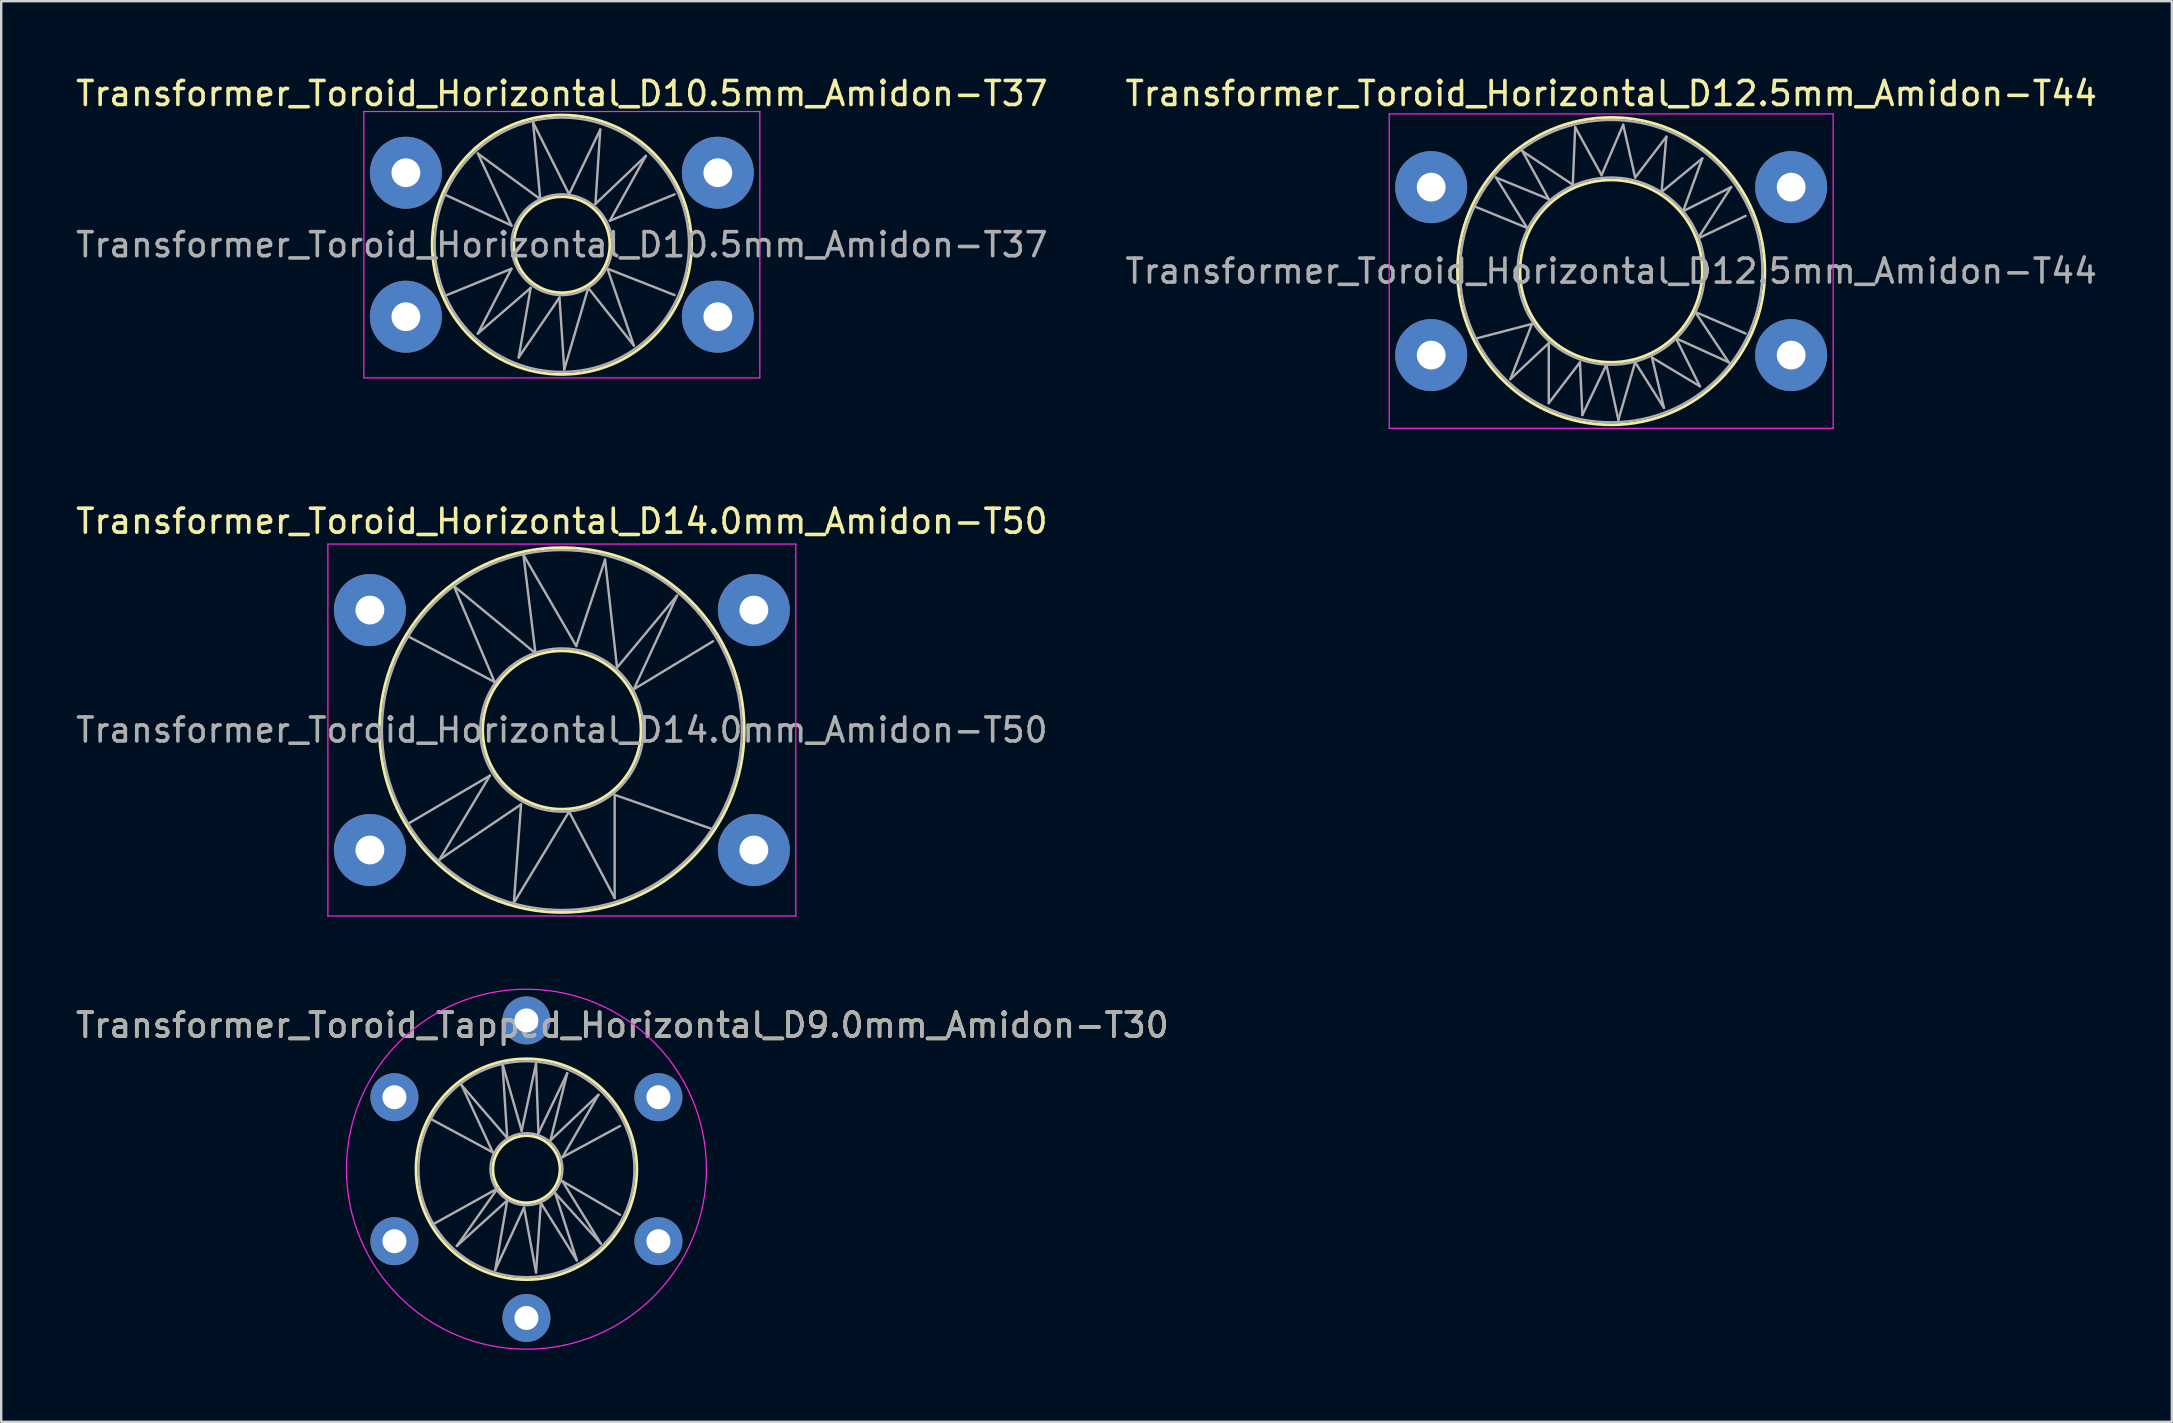
<source format=kicad_pcb>
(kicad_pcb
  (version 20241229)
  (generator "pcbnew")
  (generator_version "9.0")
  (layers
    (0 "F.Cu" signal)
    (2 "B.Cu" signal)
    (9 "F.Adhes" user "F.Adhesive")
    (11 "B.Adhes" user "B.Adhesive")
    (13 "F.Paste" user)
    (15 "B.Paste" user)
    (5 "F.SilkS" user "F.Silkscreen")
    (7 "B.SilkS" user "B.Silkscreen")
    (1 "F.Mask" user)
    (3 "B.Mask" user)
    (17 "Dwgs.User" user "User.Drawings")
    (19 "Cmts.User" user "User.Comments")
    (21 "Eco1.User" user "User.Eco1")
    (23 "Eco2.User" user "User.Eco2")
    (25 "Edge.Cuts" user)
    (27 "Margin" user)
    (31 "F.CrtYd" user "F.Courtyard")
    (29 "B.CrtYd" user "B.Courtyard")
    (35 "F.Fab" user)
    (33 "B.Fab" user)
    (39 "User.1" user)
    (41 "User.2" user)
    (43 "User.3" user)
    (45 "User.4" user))
  (footprint "Transformer_Toroid_Horizontal_D12.5mm_Amidon-T44"
    (layer "F.Cu")
    (at 56.589 11.748)
    (property "Reference" "Transformer_Toroid_Horizontal_D12.5mm_Amidon-T44" (at 7.5 -10.9 0) (layer "F.SilkS") (effects (font (size 1 1) (thickness 0.15))))
    (attr through_hole)
    (fp_circle (center 7.5 -3.5) (end 11.3 -3.5) (stroke (width 0.12) (type solid)) (fill no) (layer "F.SilkS"))
    (fp_circle (center 7.5 -3.5) (end 13.9 -3.7) (stroke (width 0.12) (type solid)) (fill no) (layer "F.SilkS"))
    (fp_line (start -1.75 -10.05) (end -1.75 3.05) (stroke (width 0.05) (type solid)) (layer "F.CrtYd"))
    (fp_line (start -1.75 -10.05) (end 16.75 -10.05) (stroke (width 0.05) (type solid)) (layer "F.CrtYd"))
    (fp_line (start 16.75 3.05) (end -1.75 3.05) (stroke (width 0.05) (type solid)) (layer "F.CrtYd"))
    (fp_line (start 16.75 3.05) (end 16.75 -10.05) (stroke (width 0.05) (type solid)) (layer "F.CrtYd"))
    (fp_line (start 1.8 -6.2) (end 4 -5.3) (stroke (width 0.1) (type solid)) (layer "F.Fab"))
    (fp_line (start 1.9 -0.7) (end 4.2 -1.3) (stroke (width 0.1) (type solid)) (layer "F.Fab"))
    (fp_line (start 2.7 -7.4) (end 4.9 -6.5) (stroke (width 0.1) (type solid)) (layer "F.Fab"))
    (fp_line (start 3.3 1) (end 4.9 -0.5) (stroke (width 0.1) (type solid)) (layer "F.Fab"))
    (fp_line (start 3.8 -8.5) (end 5.9 -7.1) (stroke (width 0.1) (type solid)) (layer "F.Fab"))
    (fp_line (start 4 -5.3) (end 2.7 -7.4) (stroke (width 0.1) (type solid)) (layer "F.Fab"))
    (fp_line (start 4.2 -1.3) (end 3.3 1) (stroke (width 0.1) (type solid)) (layer "F.Fab"))
    (fp_line (start 4.9 -6.5) (end 3.8 -8.5) (stroke (width 0.1) (type solid)) (layer "F.Fab"))
    (fp_line (start 4.9 -0.5) (end 4.9 2) (stroke (width 0.1) (type solid)) (layer "F.Fab"))
    (fp_line (start 4.9 2) (end 6.2 0.3) (stroke (width 0.1) (type solid)) (layer "F.Fab"))
    (fp_line (start 5.9 -7.1) (end 6 -9.5) (stroke (width 0.1) (type solid)) (layer "F.Fab"))
    (fp_line (start 6 -9.5) (end 7.1 -7.5) (stroke (width 0.1) (type solid)) (layer "F.Fab"))
    (fp_line (start 6.2 0.3) (end 6.3 2.5) (stroke (width 0.1) (type solid)) (layer "F.Fab"))
    (fp_line (start 6.3 2.5) (end 7.3 0.4) (stroke (width 0.1) (type solid)) (layer "F.Fab"))
    (fp_line (start 7.1 -7.5) (end 8 -9.6) (stroke (width 0.1) (type solid)) (layer "F.Fab"))
    (fp_line (start 7.3 0.4) (end 7.8 2.7) (stroke (width 0.1) (type solid)) (layer "F.Fab"))
    (fp_line (start 7.8 2.7) (end 8.5 0.3) (stroke (width 0.1) (type solid)) (layer "F.Fab"))
    (fp_line (start 8 -9.6) (end 8.5 -7.4) (stroke (width 0.1) (type solid)) (layer "F.Fab"))
    (fp_line (start 8.5 -7.4) (end 9.8 -9.1) (stroke (width 0.1) (type solid)) (layer "F.Fab"))
    (fp_line (start 8.5 0.3) (end 9.7 2.2) (stroke (width 0.1) (type solid)) (layer "F.Fab"))
    (fp_line (start 9.2 0.1) (end 11.2 1.3) (stroke (width 0.1) (type solid)) (layer "F.Fab"))
    (fp_line (start 9.6 -6.8) (end 11.3 -8.2) (stroke (width 0.1) (type solid)) (layer "F.Fab"))
    (fp_line (start 9.7 2.2) (end 9.2 0.1) (stroke (width 0.1) (type solid)) (layer "F.Fab"))
    (fp_line (start 9.8 -9.1) (end 9.6 -6.8) (stroke (width 0.1) (type solid)) (layer "F.Fab"))
    (fp_line (start 10.2 -0.7) (end 12.4 0.3) (stroke (width 0.1) (type solid)) (layer "F.Fab"))
    (fp_line (start 10.5 -6) (end 12.5 -7) (stroke (width 0.1) (type solid)) (layer "F.Fab"))
    (fp_line (start 11 -1.8) (end 13.1 -0.9) (stroke (width 0.1) (type solid)) (layer "F.Fab"))
    (fp_line (start 11.2 -4.9) (end 13.1 -5.8) (stroke (width 0.1) (type solid)) (layer "F.Fab"))
    (fp_line (start 11.2 1.3) (end 10.2 -0.7) (stroke (width 0.1) (type solid)) (layer "F.Fab"))
    (fp_line (start 11.3 -8.2) (end 10.5 -6) (stroke (width 0.1) (type solid)) (layer "F.Fab"))
    (fp_line (start 12.4 0.3) (end 11 -1.8) (stroke (width 0.1) (type solid)) (layer "F.Fab"))
    (fp_line (start 12.5 -7) (end 11.2 -5) (stroke (width 0.1) (type solid)) (layer "F.Fab"))
    (fp_circle (center 7.5 -3.5) (end 11.4 -3.5) (stroke (width 0.1) (type solid)) (fill no) (layer "F.Fab"))
    (fp_circle (center 7.5 -3.5) (end 13.8 -3.5) (stroke (width 0.1) (type solid)) (fill no) (layer "F.Fab"))
    (fp_text user "${REFERENCE}" (at 7.5 -3.5 0) (layer "F.Fab") (effects (font (size 1 1) (thickness 0.15))))
    (pad "1" thru_hole circle (at 0 0) (size 3 3) (drill 1.2) (layers "*.Cu" "*.Mask"))
    (pad "2" thru_hole circle (at 15 0) (size 3 3) (drill 1.2) (layers "*.Cu" "*.Mask"))
    (pad "3" thru_hole circle (at 0 -7) (size 3 3) (drill 1.2) (layers "*.Cu" "*.Mask"))
    (pad "4" thru_hole circle (at 15 -7) (size 3 3) (drill 1.2) (layers "*.Cu" "*.Mask")))
  (footprint "Transformer_Toroid_Horizontal_D10.5mm_Amidon-T37"
    (layer "F.Cu")
    (at 13.863 10.148)
    (property "Reference" "Transformer_Toroid_Horizontal_D10.5mm_Amidon-T37" (at 6.5 -9.3 0) (layer "F.SilkS") (effects (font (size 1 1) (thickness 0.15))))
    (attr through_hole)
    (fp_circle (center 6.5 -3) (end 8.5 -2.9) (stroke (width 0.12) (type solid)) (fill no) (layer "F.SilkS"))
    (fp_circle (center 6.5 -3) (end 11.9 -2.8) (stroke (width 0.12) (type solid)) (fill no) (layer "F.SilkS"))
    (fp_line (start -1.75 -8.55) (end -1.75 2.55) (stroke (width 0.05) (type solid)) (layer "F.CrtYd"))
    (fp_line (start -1.75 -8.55) (end 14.75 -8.55) (stroke (width 0.05) (type solid)) (layer "F.CrtYd"))
    (fp_line (start 14.75 2.55) (end -1.75 2.55) (stroke (width 0.05) (type solid)) (layer "F.CrtYd"))
    (fp_line (start 14.75 2.55) (end 14.75 -8.55) (stroke (width 0.05) (type solid)) (layer "F.CrtYd"))
    (fp_line (start 1.6 -5.1) (end 4.4 -3.8) (stroke (width 0.1) (type solid)) (layer "F.Fab"))
    (fp_line (start 1.7 -0.9) (end 4.4 -2) (stroke (width 0.1) (type solid)) (layer "F.Fab"))
    (fp_line (start 3 -6.8) (end 5.6 -4.9) (stroke (width 0.1) (type solid)) (layer "F.Fab"))
    (fp_line (start 3 0.7) (end 5.2 -1.2) (stroke (width 0.1) (type solid)) (layer "F.Fab"))
    (fp_line (start 4.4 -3.8) (end 3 -6.8) (stroke (width 0.1) (type solid)) (layer "F.Fab"))
    (fp_line (start 4.4 -2) (end 3 0.7) (stroke (width 0.1) (type solid)) (layer "F.Fab"))
    (fp_line (start 4.7 1.7) (end 6.4 -0.8) (stroke (width 0.1) (type solid)) (layer "F.Fab"))
    (fp_line (start 5.2 -1.2) (end 4.7 1.7) (stroke (width 0.1) (type solid)) (layer "F.Fab"))
    (fp_line (start 5.3 -8.1) (end 6.8 -5.1) (stroke (width 0.1) (type solid)) (layer "F.Fab"))
    (fp_line (start 5.6 -4.9) (end 5.3 -8.1) (stroke (width 0.1) (type solid)) (layer "F.Fab"))
    (fp_line (start 6.4 -0.8) (end 6.6 2.2) (stroke (width 0.1) (type solid)) (layer "F.Fab"))
    (fp_line (start 6.6 2.2) (end 7.6 -1.2) (stroke (width 0.1) (type solid)) (layer "F.Fab"))
    (fp_line (start 6.8 -5.1) (end 8.1 -7.8) (stroke (width 0.1) (type solid)) (layer "F.Fab"))
    (fp_line (start 7.6 -1.2) (end 9.5 1.2) (stroke (width 0.1) (type solid)) (layer "F.Fab"))
    (fp_line (start 7.9 -4.7) (end 10 -6.7) (stroke (width 0.1) (type solid)) (layer "F.Fab"))
    (fp_line (start 8.1 -7.8) (end 7.9 -4.7) (stroke (width 0.1) (type solid)) (layer "F.Fab"))
    (fp_line (start 8.4 -2) (end 11.2 -0.9) (stroke (width 0.1) (type solid)) (layer "F.Fab"))
    (fp_line (start 8.5 -4) (end 11.2 -5.1) (stroke (width 0.1) (type solid)) (layer "F.Fab"))
    (fp_line (start 9.5 1.2) (end 8.4 -2) (stroke (width 0.1) (type solid)) (layer "F.Fab"))
    (fp_line (start 10 -6.7) (end 8.5 -4) (stroke (width 0.1) (type solid)) (layer "F.Fab"))
    (fp_circle (center 6.5 -3) (end 8.6 -3) (stroke (width 0.1) (type solid)) (fill no) (layer "F.Fab"))
    (fp_circle (center 6.5 -3) (end 11.8 -3) (stroke (width 0.1) (type solid)) (fill no) (layer "F.Fab"))
    (fp_text user "${REFERENCE}" (at 6.5 -3 0) (layer "F.Fab") (effects (font (size 1 1) (thickness 0.15))))
    (pad "1" thru_hole circle (at 0 0) (size 3 3) (drill 1.2) (layers "*.Cu" "*.Mask"))
    (pad "2" thru_hole circle (at 13 0) (size 3 3) (drill 1.2) (layers "*.Cu" "*.Mask"))
    (pad "3" thru_hole circle (at 0 -6) (size 3 3) (drill 1.2) (layers "*.Cu" "*.Mask"))
    (pad "4" thru_hole circle (at 13 -6) (size 3 3) (drill 1.2) (layers "*.Cu" "*.Mask")))
  (footprint "Transformer_Toroid_Tapped_Horizontal_D9.0mm_Amidon-T30"
    (layer "F.Cu")
    (at 13.387 48.672)
    (property "Reference" "Transformer_Toroid_Tapped_Horizontal_D9.0mm_Amidon-T30" (at 9.5 -9 0) (layer "F.SilkS") (effects (font (size 1 1) (thickness 0.15))))
    (attr through_hole)
    (fp_circle (center 5.5 -3) (end 5.5 -7.6) (stroke (width 0.12) (type solid)) (fill no) (layer "F.SilkS"))
    (fp_circle (center 5.5 -3) (end 5.5 -4.4) (stroke (width 0.12) (type solid)) (fill no) (layer "F.SilkS"))
    (fp_circle (center 5.5 -3) (end 5.5 4.5) (stroke (width 0.05) (type solid)) (fill no) (layer "F.CrtYd"))
    (fp_line (start 1.5 -5.1) (end 4.1 -3.7) (stroke (width 0.1) (type solid)) (layer "F.Fab"))
    (fp_line (start 1.6 -0.7) (end 4.3 -2.2) (stroke (width 0.1) (type solid)) (layer "F.Fab"))
    (fp_line (start 2.6 0.2) (end 4.7 -1.7) (stroke (width 0.1) (type solid)) (layer "F.Fab"))
    (fp_line (start 2.8 -6.5) (end 4.7 -4.3) (stroke (width 0.1) (type solid)) (layer "F.Fab"))
    (fp_line (start 4.1 -3.7) (end 2.8 -6.5) (stroke (width 0.1) (type solid)) (layer "F.Fab"))
    (fp_line (start 4.2 1.2) (end 5.4 -1.4) (stroke (width 0.1) (type solid)) (layer "F.Fab"))
    (fp_line (start 4.3 -2.2) (end 2.6 0.2) (stroke (width 0.1) (type solid)) (layer "F.Fab"))
    (fp_line (start 4.5 -7.4) (end 5.3 -4.6) (stroke (width 0.1) (type solid)) (layer "F.Fab"))
    (fp_line (start 4.7 -4.3) (end 4.5 -7.4) (stroke (width 0.1) (type solid)) (layer "F.Fab"))
    (fp_line (start 4.7 -1.7) (end 4.2 1.2) (stroke (width 0.1) (type solid)) (layer "F.Fab"))
    (fp_line (start 5.3 -4.6) (end 5.9 -7.4) (stroke (width 0.1) (type solid)) (layer "F.Fab"))
    (fp_line (start 5.4 -1.4) (end 5.9 1.3) (stroke (width 0.1) (type solid)) (layer "F.Fab"))
    (fp_line (start 5.9 -7.4) (end 6 -4.5) (stroke (width 0.1) (type solid)) (layer "F.Fab"))
    (fp_line (start 5.9 1.3) (end 6.1 -1.6) (stroke (width 0.1) (type solid)) (layer "F.Fab"))
    (fp_line (start 6 -4.5) (end 7.2 -7) (stroke (width 0.1) (type solid)) (layer "F.Fab"))
    (fp_line (start 6.1 -1.6) (end 7.6 0.8) (stroke (width 0.1) (type solid)) (layer "F.Fab"))
    (fp_line (start 6.5 -4.2) (end 8.5 -6.1) (stroke (width 0.1) (type solid)) (layer "F.Fab"))
    (fp_line (start 6.7 -2) (end 8.6 0.1) (stroke (width 0.1) (type solid)) (layer "F.Fab"))
    (fp_line (start 7 -3.5) (end 9.4 -4.8) (stroke (width 0.1) (type solid)) (layer "F.Fab"))
    (fp_line (start 7 -2.5) (end 9.4 -1.1) (stroke (width 0.1) (type solid)) (layer "F.Fab"))
    (fp_line (start 7.2 -7) (end 6.5 -4.2) (stroke (width 0.1) (type solid)) (layer "F.Fab"))
    (fp_line (start 7.6 0.8) (end 6.7 -2) (stroke (width 0.1) (type solid)) (layer "F.Fab"))
    (fp_line (start 8.5 -6.1) (end 7 -3.5) (stroke (width 0.1) (type solid)) (layer "F.Fab"))
    (fp_line (start 8.6 0.1) (end 7 -2.5) (stroke (width 0.1) (type solid)) (layer "F.Fab"))
    (fp_circle (center 5.5 -3) (end 7 -3) (stroke (width 0.1) (type solid)) (fill no) (layer "F.Fab"))
    (fp_circle (center 5.5 -3) (end 10 -3) (stroke (width 0.1) (type solid)) (fill no) (layer "F.Fab"))
    (fp_text user "${REFERENCE}" (at 9.5 -9 0) (layer "F.Fab") (effects (font (size 1 1) (thickness 0.15))))
    (pad "1" thru_hole circle (at 0 0) (size 2 2) (drill 1) (layers "*.Cu" "*.Mask"))
    (pad "2" thru_hole circle (at 5.5 3.2) (size 2 2) (drill 1) (layers "*.Cu" "*.Mask"))
    (pad "3" thru_hole circle (at 11 0) (size 2 2) (drill 1) (layers "*.Cu" "*.Mask"))
    (pad "4" thru_hole circle (at 0 -6) (size 2 2) (drill 1) (layers "*.Cu" "*.Mask"))
    (pad "5" thru_hole circle (at 5.5 -9.2) (size 2 2) (drill 1) (layers "*.Cu" "*.Mask"))
    (pad "6" thru_hole circle (at 11 -6) (size 2 2) (drill 1) (layers "*.Cu" "*.Mask")))
  (footprint "Transformer_Toroid_Horizontal_D14.0mm_Amidon-T50"
    (layer "F.Cu")
    (at 12.363 32.371)
    (property "Reference" "Transformer_Toroid_Horizontal_D14.0mm_Amidon-T50" (at 8 -13.7 0) (layer "F.SilkS") (effects (font (size 1 1) (thickness 0.15))))
    (attr through_hole)
    (fp_circle (center 8 -5) (end 8 -12.6) (stroke (width 0.12) (type solid)) (fill no) (layer "F.SilkS"))
    (fp_circle (center 8 -5) (end 8 -8.3) (stroke (width 0.12) (type solid)) (fill no) (layer "F.SilkS"))
    (fp_line (start -1.75 -12.75) (end -1.75 2.75) (stroke (width 0.05) (type solid)) (layer "F.CrtYd"))
    (fp_line (start -1.75 -12.75) (end 17.75 -12.75) (stroke (width 0.05) (type solid)) (layer "F.CrtYd"))
    (fp_line (start 17.75 2.75) (end -1.75 2.75) (stroke (width 0.05) (type solid)) (layer "F.CrtYd"))
    (fp_line (start 17.75 2.75) (end 17.75 -12.75) (stroke (width 0.05) (type solid)) (layer "F.CrtYd"))
    (fp_line (start 1.6 -8.9) (end 5.2 -7) (stroke (width 0.1) (type solid)) (layer "F.Fab"))
    (fp_line (start 1.6 -1.1) (end 5 -3.1) (stroke (width 0.1) (type solid)) (layer "F.Fab"))
    (fp_line (start 2.9 0.4) (end 6.3 -1.9) (stroke (width 0.1) (type solid)) (layer "F.Fab"))
    (fp_line (start 3.5 -11) (end 6.9 -8.2) (stroke (width 0.1) (type solid)) (layer "F.Fab"))
    (fp_line (start 5 -3.1) (end 2.9 0.4) (stroke (width 0.1) (type solid)) (layer "F.Fab"))
    (fp_line (start 5.2 -7) (end 3.5 -11) (stroke (width 0.1) (type solid)) (layer "F.Fab"))
    (fp_line (start 6 2.2) (end 8.3 -1.6) (stroke (width 0.1) (type solid)) (layer "F.Fab"))
    (fp_line (start 6.3 -1.9) (end 6 2.2) (stroke (width 0.1) (type solid)) (layer "F.Fab"))
    (fp_line (start 6.4 -12.3) (end 8.6 -8.5) (stroke (width 0.1) (type solid)) (layer "F.Fab"))
    (fp_line (start 6.9 -8.2) (end 6.4 -12.3) (stroke (width 0.1) (type solid)) (layer "F.Fab"))
    (fp_line (start 8.3 -1.6) (end 10.2 2) (stroke (width 0.1) (type solid)) (layer "F.Fab"))
    (fp_line (start 8.6 -8.5) (end 9.8 -12.1) (stroke (width 0.1) (type solid)) (layer "F.Fab"))
    (fp_line (start 9.8 -12.1) (end 10.3 -7.6) (stroke (width 0.1) (type solid)) (layer "F.Fab"))
    (fp_line (start 10.2 -2.3) (end 13.9 -1) (stroke (width 0.1) (type solid)) (layer "F.Fab"))
    (fp_line (start 10.2 2) (end 10.2 -2.3) (stroke (width 0.1) (type solid)) (layer "F.Fab"))
    (fp_line (start 10.3 -7.6) (end 12.8 -10.6) (stroke (width 0.1) (type solid)) (layer "F.Fab"))
    (fp_line (start 11 -6.7) (end 14.3 -8.7) (stroke (width 0.1) (type solid)) (layer "F.Fab"))
    (fp_line (start 12.8 -10.6) (end 11 -6.7) (stroke (width 0.1) (type solid)) (layer "F.Fab"))
    (fp_line (start 13.9 -1) (end 14.2 -0.9) (stroke (width 0.1) (type solid)) (layer "F.Fab"))
    (fp_circle (center 8 -5) (end 11.4 -5) (stroke (width 0.1) (type solid)) (fill no) (layer "F.Fab"))
    (fp_circle (center 8 -5) (end 15.5 -5) (stroke (width 0.1) (type solid)) (fill no) (layer "F.Fab"))
    (fp_text user "${REFERENCE}" (at 8 -5 0) (layer "F.Fab") (effects (font (size 1 1) (thickness 0.15))))
    (pad "1" thru_hole circle (at 0 0) (size 3 3) (drill 1.2) (layers "*.Cu" "*.Mask"))
    (pad "2" thru_hole circle (at 16 0) (size 3 3) (drill 1.2) (layers "*.Cu" "*.Mask"))
    (pad "3" thru_hole circle (at 0 -10) (size 3 3) (drill 1.2) (layers "*.Cu" "*.Mask"))
    (pad "4" thru_hole circle (at 16 -10) (size 3 3) (drill 1.2) (layers "*.Cu" "*.Mask")))
  (gr_rect
    (start -3 -3)
    (end 87.452 56.197)
    (stroke (width 0.1) (type default))
    (fill no)
    (layer "Edge.Cuts")))
</source>
